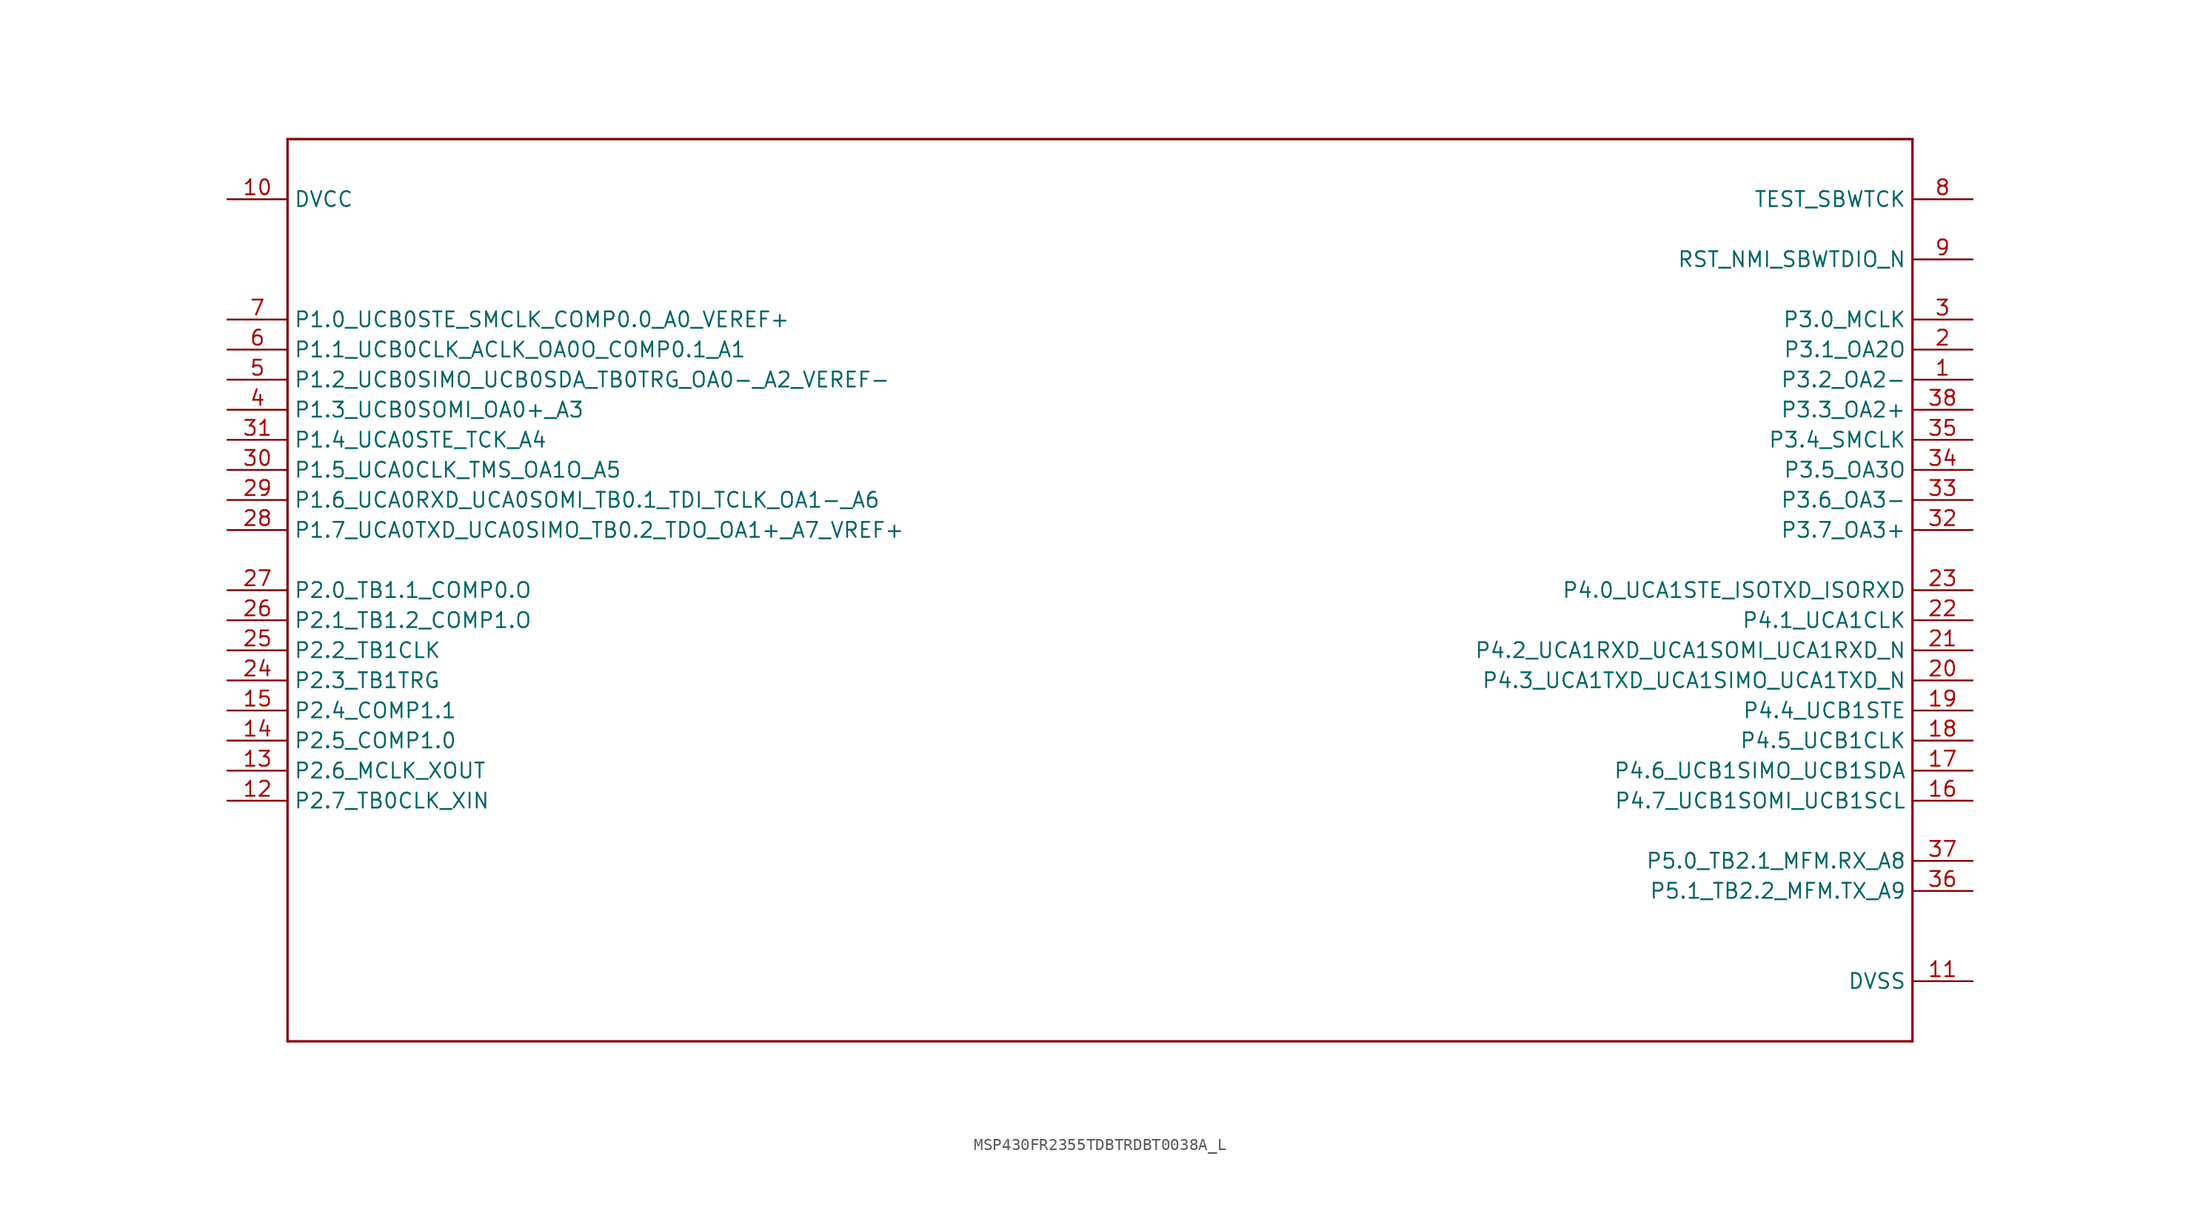
<source format=kicad_sym>
(kicad_symbol_lib
  (version 20220914)
  (generator kicad_symbol_editor)
  (symbol "MSP430FR2355TDBTRDBT0038A_L"
    (property "Reference" "U"
      (at -4.724 1.499 0)
      (effects (font (size 2.083 1.77)) (justify left bottom) hide))
    (property "ki_locked" ""
      (at 0 0 0)
      (effects (font (size 1.27 1.27))))
    (symbol "MSP430FR2355TDBTRDBT0038A_L_1_0"
      (polyline (pts (xy -68.58 -38.1) (xy 68.58 -38.1)) (stroke (width 0.203) (type solid)) (fill (type none)))
      (polyline (pts (xy -68.58 38.1) (xy -68.58 -38.1)) (stroke (width 0.203) (type solid)) (fill (type none)))
      (polyline (pts (xy 68.58 -38.1) (xy 68.58 38.1)) (stroke (width 0.203) (type solid)) (fill (type none)))
      (polyline (pts (xy 68.58 38.1) (xy -68.58 38.1)) (stroke (width 0.203) (type solid)) (fill (type none)))
      (pin bidirectional line (at 73.66 17.78 180) (length 5.08) (name "P3.2_OA2-" (effects (font (size 1.27 1.27)))) (number "1" (effects (font (size 1.27 1.27)))))
      (pin power_in line (at -73.66 33.02 0) (length 5.08) (name "DVCC" (effects (font (size 1.27 1.27)))) (number "10" (effects (font (size 1.27 1.27)))))
      (pin power_in line (at 73.66 -33.02 180) (length 5.08) (name "DVSS" (effects (font (size 1.27 1.27)))) (number "11" (effects (font (size 1.27 1.27)))))
      (pin bidirectional line (at -73.66 -17.78 0) (length 5.08) (name "P2.7_TB0CLK_XIN" (effects (font (size 1.27 1.27)))) (number "12" (effects (font (size 1.27 1.27)))))
      (pin bidirectional line (at -73.66 -15.24 0) (length 5.08) (name "P2.6_MCLK_XOUT" (effects (font (size 1.27 1.27)))) (number "13" (effects (font (size 1.27 1.27)))))
      (pin bidirectional line (at -73.66 -12.7 0) (length 5.08) (name "P2.5_COMP1.0" (effects (font (size 1.27 1.27)))) (number "14" (effects (font (size 1.27 1.27)))))
      (pin bidirectional line (at -73.66 -10.16 0) (length 5.08) (name "P2.4_COMP1.1" (effects (font (size 1.27 1.27)))) (number "15" (effects (font (size 1.27 1.27)))))
      (pin bidirectional line (at 73.66 -17.78 180) (length 5.08) (name "P4.7_UCB1SOMI_UCB1SCL" (effects (font (size 1.27 1.27)))) (number "16" (effects (font (size 1.27 1.27)))))
      (pin bidirectional line (at 73.66 -15.24 180) (length 5.08) (name "P4.6_UCB1SIMO_UCB1SDA" (effects (font (size 1.27 1.27)))) (number "17" (effects (font (size 1.27 1.27)))))
      (pin bidirectional line (at 73.66 -12.7 180) (length 5.08) (name "P4.5_UCB1CLK" (effects (font (size 1.27 1.27)))) (number "18" (effects (font (size 1.27 1.27)))))
      (pin bidirectional line (at 73.66 -10.16 180) (length 5.08) (name "P4.4_UCB1STE" (effects (font (size 1.27 1.27)))) (number "19" (effects (font (size 1.27 1.27)))))
      (pin bidirectional line (at 73.66 20.32 180) (length 5.08) (name "P3.1_OA2O" (effects (font (size 1.27 1.27)))) (number "2" (effects (font (size 1.27 1.27)))))
      (pin bidirectional line (at 73.66 -7.62 180) (length 5.08) (name "P4.3_UCA1TXD_UCA1SIMO_UCA1TXD_N" (effects (font (size 1.27 1.27)))) (number "20" (effects (font (size 1.27 1.27)))))
      (pin bidirectional line (at 73.66 -5.08 180) (length 5.08) (name "P4.2_UCA1RXD_UCA1SOMI_UCA1RXD_N" (effects (font (size 1.27 1.27)))) (number "21" (effects (font (size 1.27 1.27)))))
      (pin bidirectional line (at 73.66 -2.54 180) (length 5.08) (name "P4.1_UCA1CLK" (effects (font (size 1.27 1.27)))) (number "22" (effects (font (size 1.27 1.27)))))
      (pin bidirectional line (at 73.66 0 180) (length 5.08) (name "P4.0_UCA1STE_ISOTXD_ISORXD" (effects (font (size 1.27 1.27)))) (number "23" (effects (font (size 1.27 1.27)))))
      (pin bidirectional line (at -73.66 -7.62 0) (length 5.08) (name "P2.3_TB1TRG" (effects (font (size 1.27 1.27)))) (number "24" (effects (font (size 1.27 1.27)))))
      (pin bidirectional line (at -73.66 -5.08 0) (length 5.08) (name "P2.2_TB1CLK" (effects (font (size 1.27 1.27)))) (number "25" (effects (font (size 1.27 1.27)))))
      (pin bidirectional line (at -73.66 -2.54 0) (length 5.08) (name "P2.1_TB1.2_COMP1.O" (effects (font (size 1.27 1.27)))) (number "26" (effects (font (size 1.27 1.27)))))
      (pin bidirectional line (at -73.66 0 0) (length 5.08) (name "P2.0_TB1.1_COMP0.O" (effects (font (size 1.27 1.27)))) (number "27" (effects (font (size 1.27 1.27)))))
      (pin bidirectional line (at -73.66 5.08 0) (length 5.08) (name "P1.7_UCA0TXD_UCA0SIMO_TB0.2_TDO_OA1+_A7_VREF+" (effects (font (size 1.27 1.27)))) (number "28" (effects (font (size 1.27 1.27)))))
      (pin bidirectional line (at -73.66 7.62 0) (length 5.08) (name "P1.6_UCA0RXD_UCA0SOMI_TB0.1_TDI_TCLK_OA1-_A6" (effects (font (size 1.27 1.27)))) (number "29" (effects (font (size 1.27 1.27)))))
      (pin bidirectional line (at 73.66 22.86 180) (length 5.08) (name "P3.0_MCLK" (effects (font (size 1.27 1.27)))) (number "3" (effects (font (size 1.27 1.27)))))
      (pin bidirectional line (at -73.66 10.16 0) (length 5.08) (name "P1.5_UCA0CLK_TMS_OA1O_A5" (effects (font (size 1.27 1.27)))) (number "30" (effects (font (size 1.27 1.27)))))
      (pin bidirectional line (at -73.66 12.7 0) (length 5.08) (name "P1.4_UCA0STE_TCK_A4" (effects (font (size 1.27 1.27)))) (number "31" (effects (font (size 1.27 1.27)))))
      (pin bidirectional line (at 73.66 5.08 180) (length 5.08) (name "P3.7_OA3+" (effects (font (size 1.27 1.27)))) (number "32" (effects (font (size 1.27 1.27)))))
      (pin bidirectional line (at 73.66 7.62 180) (length 5.08) (name "P3.6_OA3-" (effects (font (size 1.27 1.27)))) (number "33" (effects (font (size 1.27 1.27)))))
      (pin bidirectional line (at 73.66 10.16 180) (length 5.08) (name "P3.5_OA3O" (effects (font (size 1.27 1.27)))) (number "34" (effects (font (size 1.27 1.27)))))
      (pin bidirectional line (at 73.66 12.7 180) (length 5.08) (name "P3.4_SMCLK" (effects (font (size 1.27 1.27)))) (number "35" (effects (font (size 1.27 1.27)))))
      (pin bidirectional line (at 73.66 -25.4 180) (length 5.08) (name "P5.1_TB2.2_MFM.TX_A9" (effects (font (size 1.27 1.27)))) (number "36" (effects (font (size 1.27 1.27)))))
      (pin bidirectional line (at 73.66 -22.86 180) (length 5.08) (name "P5.0_TB2.1_MFM.RX_A8" (effects (font (size 1.27 1.27)))) (number "37" (effects (font (size 1.27 1.27)))))
      (pin bidirectional line (at 73.66 15.24 180) (length 5.08) (name "P3.3_OA2+" (effects (font (size 1.27 1.27)))) (number "38" (effects (font (size 1.27 1.27)))))
      (pin bidirectional line (at -73.66 15.24 0) (length 5.08) (name "P1.3_UCB0SOMI_OA0+_A3" (effects (font (size 1.27 1.27)))) (number "4" (effects (font (size 1.27 1.27)))))
      (pin bidirectional line (at -73.66 17.78 0) (length 5.08) (name "P1.2_UCB0SIMO_UCB0SDA_TB0TRG_OA0-_A2_VEREF-" (effects (font (size 1.27 1.27)))) (number "5" (effects (font (size 1.27 1.27)))))
      (pin bidirectional line (at -73.66 20.32 0) (length 5.08) (name "P1.1_UCB0CLK_ACLK_OA0O_COMP0.1_A1" (effects (font (size 1.27 1.27)))) (number "6" (effects (font (size 1.27 1.27)))))
      (pin bidirectional line (at -73.66 22.86 0) (length 5.08) (name "P1.0_UCB0STE_SMCLK_COMP0.0_A0_VEREF+" (effects (font (size 1.27 1.27)))) (number "7" (effects (font (size 1.27 1.27)))))
      (pin input line (at 73.66 33.02 180) (length 5.08) (name "TEST_SBWTCK" (effects (font (size 1.27 1.27)))) (number "8" (effects (font (size 1.27 1.27)))))
      (pin bidirectional line (at 73.66 27.94 180) (length 5.08) (name "RST_NMI_SBWTDIO_N" (effects (font (size 1.27 1.27)))) (number "9" (effects (font (size 1.27 1.27))))))))
</source>
